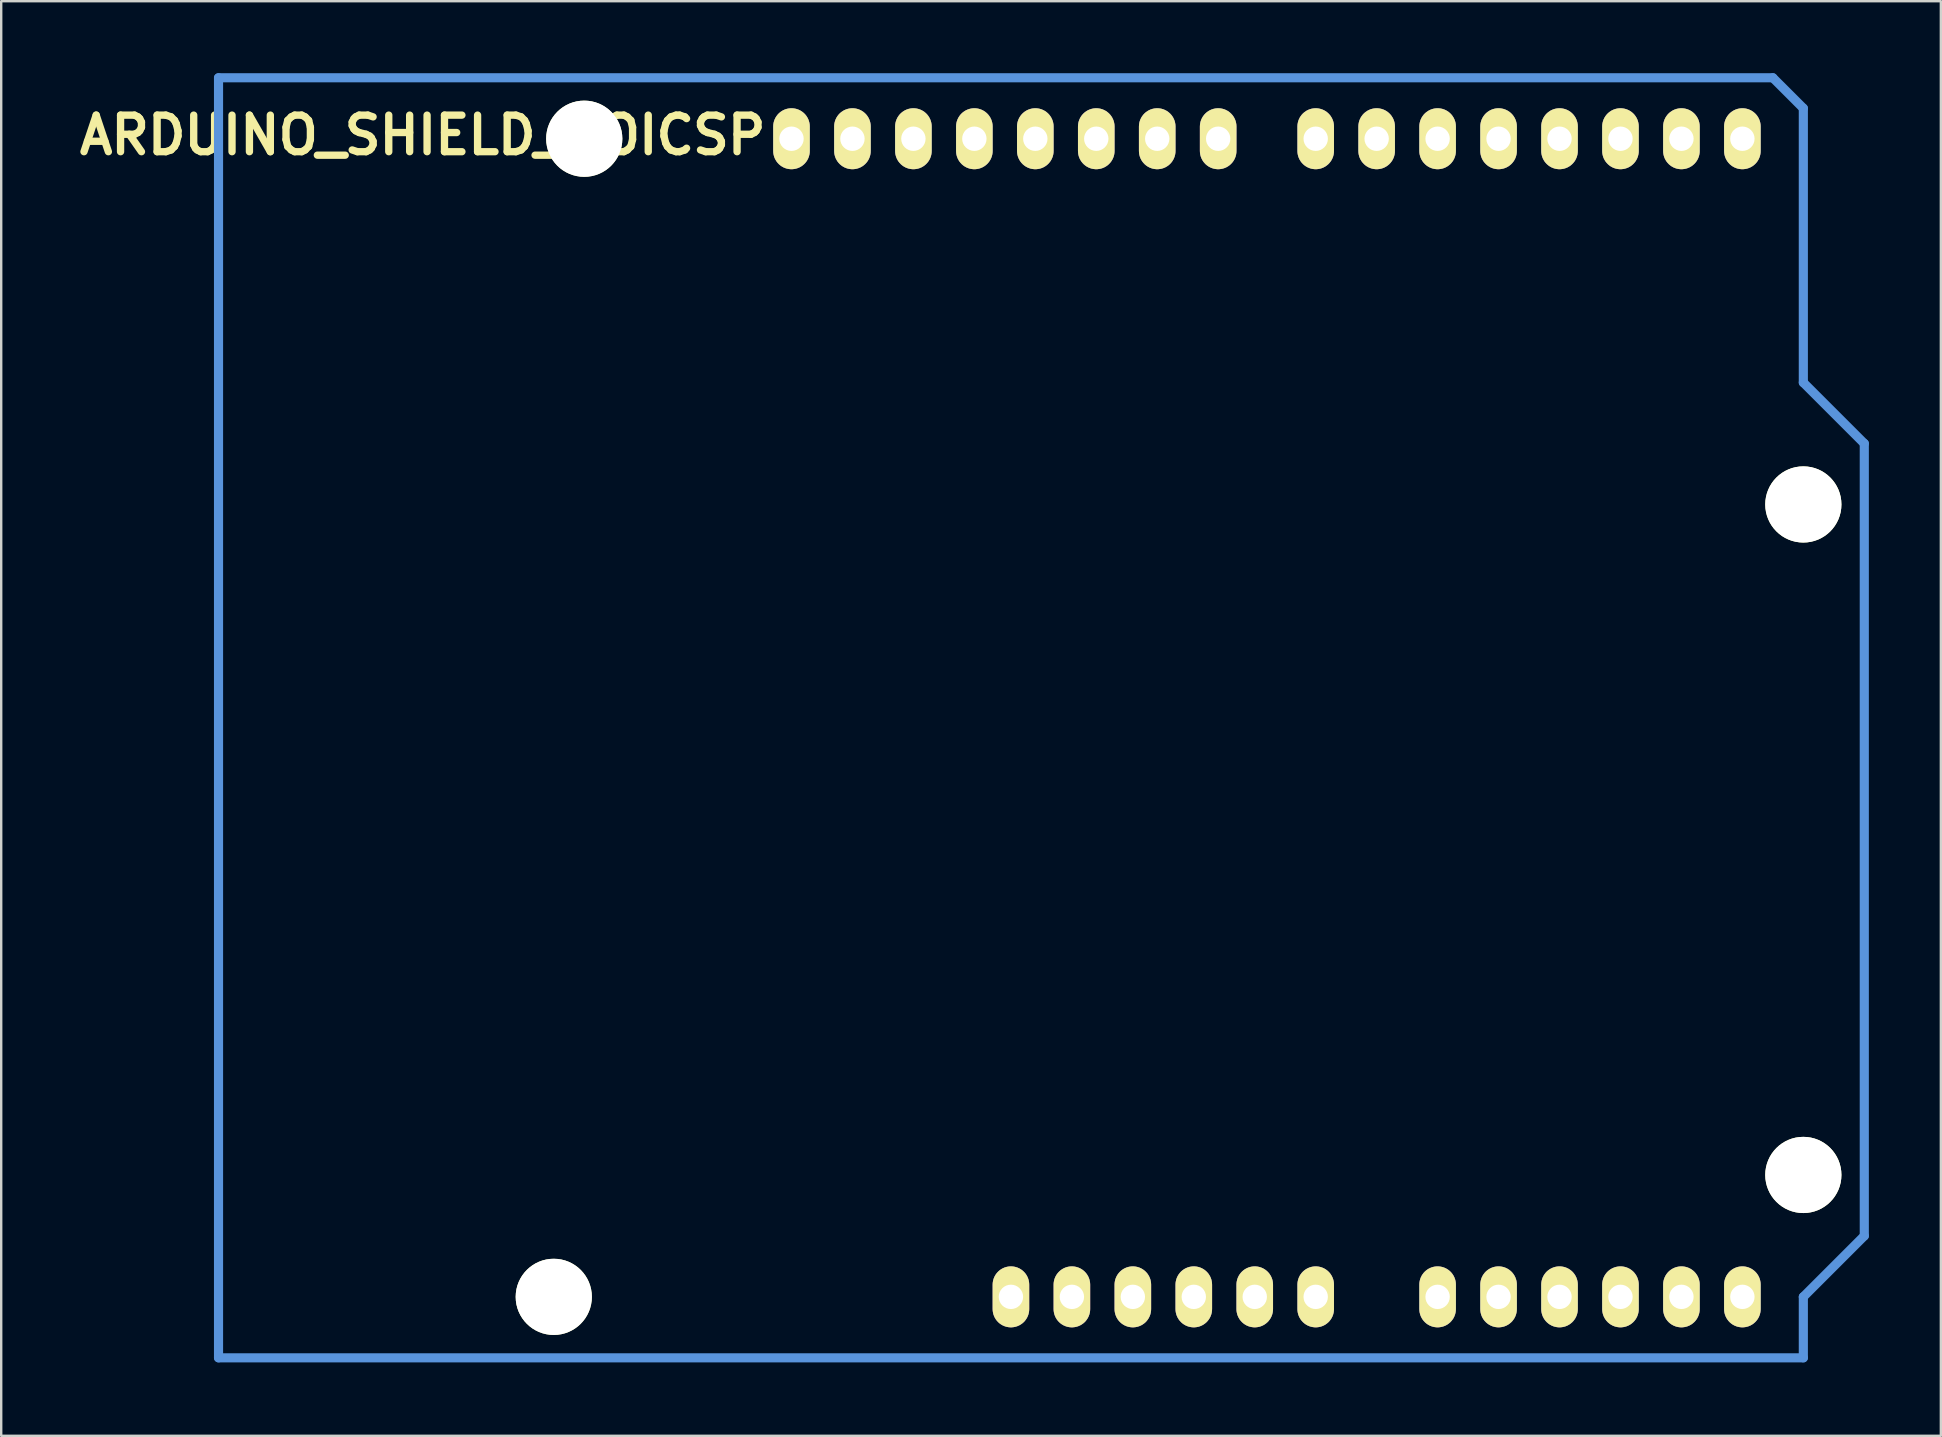
<source format=kicad_pcb>
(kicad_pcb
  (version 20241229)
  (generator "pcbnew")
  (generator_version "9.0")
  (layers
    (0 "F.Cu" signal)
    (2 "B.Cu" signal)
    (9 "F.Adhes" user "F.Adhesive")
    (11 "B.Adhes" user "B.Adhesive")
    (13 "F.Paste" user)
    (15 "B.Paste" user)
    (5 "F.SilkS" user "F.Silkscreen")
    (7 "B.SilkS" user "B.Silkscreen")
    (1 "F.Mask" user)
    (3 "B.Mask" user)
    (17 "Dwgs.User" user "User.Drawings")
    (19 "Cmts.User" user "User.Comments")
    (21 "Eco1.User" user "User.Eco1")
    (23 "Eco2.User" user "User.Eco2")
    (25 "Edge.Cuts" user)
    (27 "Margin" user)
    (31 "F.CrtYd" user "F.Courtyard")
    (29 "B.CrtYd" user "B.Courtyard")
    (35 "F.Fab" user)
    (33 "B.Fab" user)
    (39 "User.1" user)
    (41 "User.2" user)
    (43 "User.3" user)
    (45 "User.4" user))
  (footprint "ARDUINO_SHIELD_NOICSP"
    (layer "F.Cu")
    (at 6.056 53.531)
    (property "Reference" "ARDUINO_SHIELD_NOICSP" (at 8.509 -50.949 0) (layer "F.SilkS") (effects (font (size 1.524 1.524) (thickness 0.305))))
    (attr through_hole)
    (fp_line (start 0 0) (end 0 -53.34) (stroke (width 0.381) (type solid)) (layer "Cmts.User"))
    (fp_line (start 64.77 -53.34) (end 0 -53.34) (stroke (width 0.381) (type solid)) (layer "Cmts.User"))
    (fp_line (start 66.04 -52.07) (end 64.77 -53.34) (stroke (width 0.381) (type solid)) (layer "Cmts.User"))
    (fp_line (start 66.04 -40.64) (end 66.04 -52.07) (stroke (width 0.381) (type solid)) (layer "Cmts.User"))
    (fp_line (start 66.04 -40.64) (end 68.58 -38.1) (stroke (width 0.381) (type solid)) (layer "Cmts.User"))
    (fp_line (start 66.04 -2.54) (end 66.04 0) (stroke (width 0.381) (type solid)) (layer "Cmts.User"))
    (fp_line (start 66.04 0) (end 0 0) (stroke (width 0.381) (type solid)) (layer "Cmts.User"))
    (fp_line (start 68.58 -38.1) (end 68.58 -5.08) (stroke (width 0.381) (type solid)) (layer "Cmts.User"))
    (fp_line (start 68.58 -5.08) (end 66.04 -2.54) (stroke (width 0.381) (type solid)) (layer "Cmts.User"))
    (pad "" np_thru_hole circle (at 13.97 -2.54 90) (size 3.175 3.175) (drill 3.175) (layers "*.Cu" "*.Mask" "F.SilkS"))
    (pad "" np_thru_hole circle (at 15.24 -50.8 90) (size 3.175 3.175) (drill 3.175) (layers "*.Cu" "*.Mask" "F.SilkS"))
    (pad "" np_thru_hole circle (at 66.04 -35.56 90) (size 3.175 3.175) (drill 3.175) (layers "*.Cu" "*.Mask" "F.SilkS"))
    (pad "" np_thru_hole circle (at 66.04 -7.62 90) (size 3.175 3.175) (drill 3.175) (layers "*.Cu" "*.Mask" "F.SilkS"))
    (pad "0" thru_hole oval (at 63.5 -50.8 90) (size 2.54 1.524) (drill 1.016) (layers "*.Cu" "*.Mask" "F.SilkS"))
    (pad "1" thru_hole oval (at 60.96 -50.8 90) (size 2.54 1.524) (drill 1.016) (layers "*.Cu" "*.Mask" "F.SilkS"))
    (pad "2" thru_hole oval (at 58.42 -50.8 90) (size 2.54 1.524) (drill 1.016) (layers "*.Cu" "*.Mask" "F.SilkS"))
    (pad "3" thru_hole oval (at 55.88 -50.8 90) (size 2.54 1.524) (drill 1.016) (layers "*.Cu" "*.Mask" "F.SilkS"))
    (pad "3V3" thru_hole oval (at 35.56 -2.54 90) (size 2.54 1.524) (drill 1.016) (layers "*.Cu" "*.Mask" "F.SilkS"))
    (pad "4" thru_hole oval (at 53.34 -50.8 90) (size 2.54 1.524) (drill 1.016) (layers "*.Cu" "*.Mask" "F.SilkS"))
    (pad "5" thru_hole oval (at 50.8 -50.8 90) (size 2.54 1.524) (drill 1.016) (layers "*.Cu" "*.Mask" "F.SilkS"))
    (pad "5V" thru_hole oval (at 38.1 -2.54 90) (size 2.54 1.524) (drill 1.016) (layers "*.Cu" "*.Mask" "F.SilkS"))
    (pad "6" thru_hole oval (at 48.26 -50.8 90) (size 2.54 1.524) (drill 1.016) (layers "*.Cu" "*.Mask" "F.SilkS"))
    (pad "7" thru_hole oval (at 45.72 -50.8 90) (size 2.54 1.524) (drill 1.016) (layers "*.Cu" "*.Mask" "F.SilkS"))
    (pad "8" thru_hole oval (at 41.656 -50.8 90) (size 2.54 1.524) (drill 1.016) (layers "*.Cu" "*.Mask" "F.SilkS"))
    (pad "9" thru_hole oval (at 39.116 -50.8 90) (size 2.54 1.524) (drill 1.016) (layers "*.Cu" "*.Mask" "F.SilkS"))
    (pad "10" thru_hole oval (at 36.576 -50.8 90) (size 2.54 1.524) (drill 1.016) (layers "*.Cu" "*.Mask" "F.SilkS"))
    (pad "11" thru_hole oval (at 34.036 -50.8 90) (size 2.54 1.524) (drill 1.016) (layers "*.Cu" "*.Mask" "F.SilkS"))
    (pad "12" thru_hole oval (at 31.496 -50.8 90) (size 2.54 1.524) (drill 1.016) (layers "*.Cu" "*.Mask" "F.SilkS"))
    (pad "13" thru_hole oval (at 28.956 -50.8 90) (size 2.54 1.524) (drill 1.016) (layers "*.Cu" "*.Mask" "F.SilkS"))
    (pad "AD0" thru_hole oval (at 50.8 -2.54 90) (size 2.54 1.524) (drill 1.016) (layers "*.Cu" "*.Mask" "F.SilkS"))
    (pad "AD1" thru_hole oval (at 53.34 -2.54 90) (size 2.54 1.524) (drill 1.016) (layers "*.Cu" "*.Mask" "F.SilkS"))
    (pad "AD2" thru_hole oval (at 55.88 -2.54 90) (size 2.54 1.524) (drill 1.016) (layers "*.Cu" "*.Mask" "F.SilkS"))
    (pad "AD3" thru_hole oval (at 58.42 -2.54 90) (size 2.54 1.524) (drill 1.016) (layers "*.Cu" "*.Mask" "F.SilkS"))
    (pad "AD4" thru_hole oval (at 60.96 -2.54 90) (size 2.54 1.524) (drill 1.016) (layers "*.Cu" "*.Mask" "F.SilkS"))
    (pad "AD5" thru_hole oval (at 63.5 -2.54 90) (size 2.54 1.524) (drill 1.016) (layers "*.Cu" "*.Mask" "F.SilkS"))
    (pad "AREF" thru_hole oval (at 23.876 -50.8 90) (size 2.54 1.524) (drill 1.016) (layers "*.Cu" "*.Mask" "F.SilkS"))
    (pad "GND1" thru_hole oval (at 40.64 -2.54 90) (size 2.54 1.524) (drill 1.016) (layers "*.Cu" "*.Mask" "F.SilkS"))
    (pad "GND2" thru_hole oval (at 43.18 -2.54 90) (size 2.54 1.524) (drill 1.016) (layers "*.Cu" "*.Mask" "F.SilkS"))
    (pad "GND3" thru_hole oval (at 26.416 -50.8 90) (size 2.54 1.524) (drill 1.016) (layers "*.Cu" "*.Mask" "F.SilkS"))
    (pad "RST" thru_hole oval (at 33.02 -2.54 90) (size 2.54 1.524) (drill 1.016) (layers "*.Cu" "*.Mask" "F.SilkS"))
    (pad "V_IN" thru_hole oval (at 45.72 -2.54 90) (size 2.54 1.524) (drill 1.016) (layers "*.Cu" "*.Mask" "F.SilkS")))
  (gr_rect
    (start -3 -3)
    (end 77.827 56.781)
    (stroke (width 0.1) (type default))
    (fill no)
    (layer "Edge.Cuts")))
</source>
